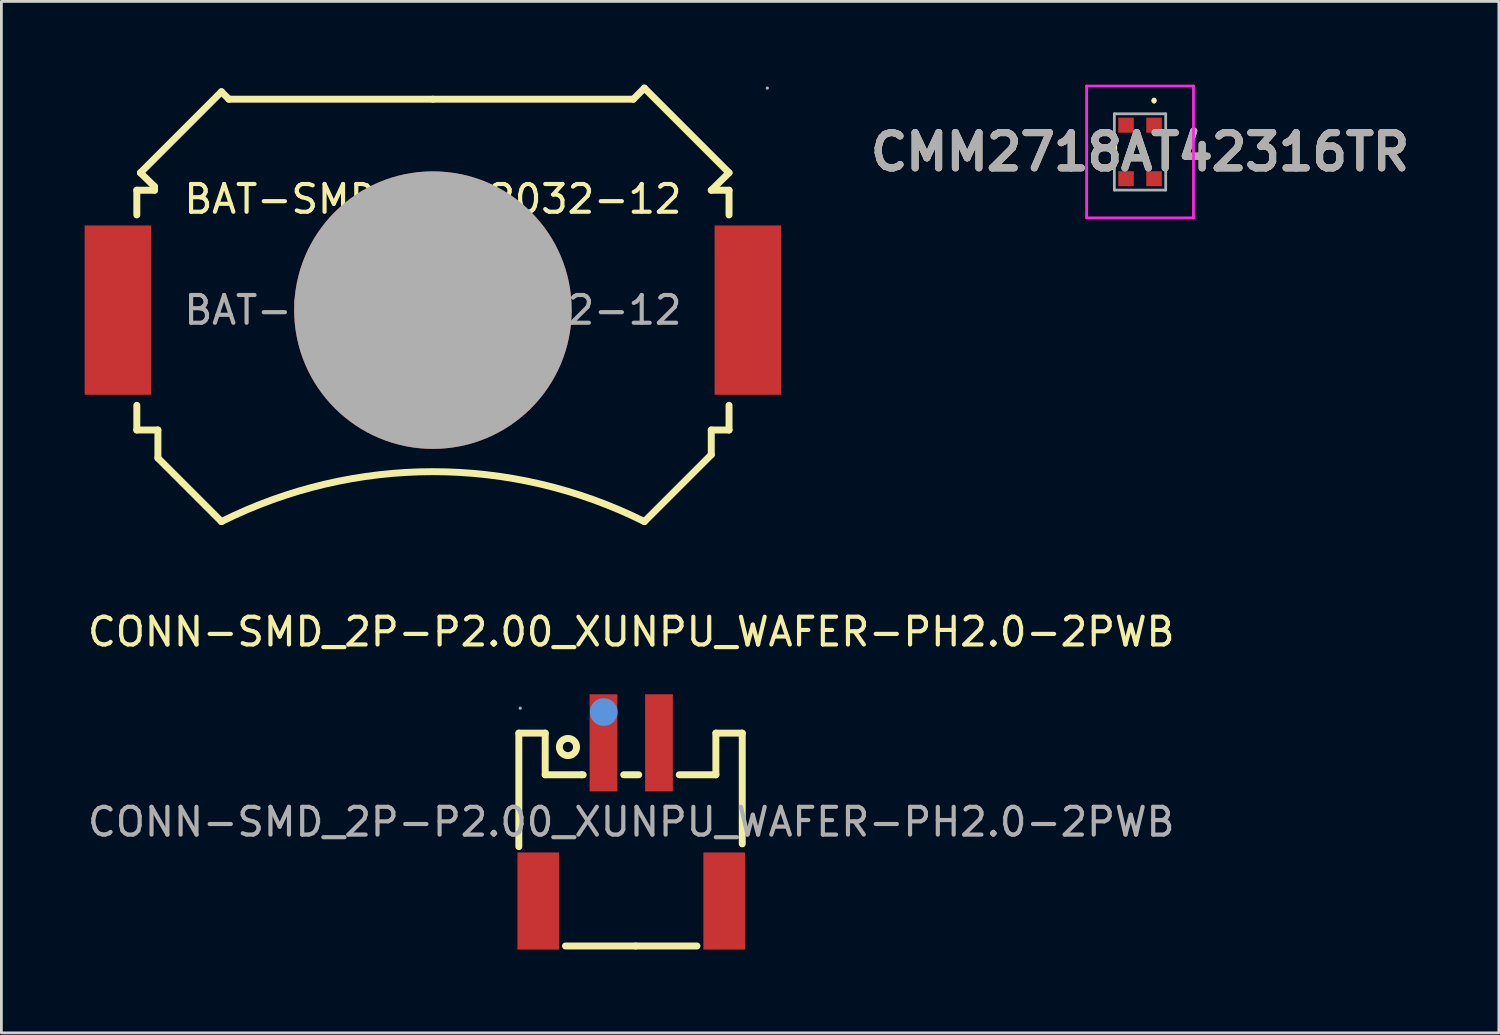
<source format=kicad_pcb>
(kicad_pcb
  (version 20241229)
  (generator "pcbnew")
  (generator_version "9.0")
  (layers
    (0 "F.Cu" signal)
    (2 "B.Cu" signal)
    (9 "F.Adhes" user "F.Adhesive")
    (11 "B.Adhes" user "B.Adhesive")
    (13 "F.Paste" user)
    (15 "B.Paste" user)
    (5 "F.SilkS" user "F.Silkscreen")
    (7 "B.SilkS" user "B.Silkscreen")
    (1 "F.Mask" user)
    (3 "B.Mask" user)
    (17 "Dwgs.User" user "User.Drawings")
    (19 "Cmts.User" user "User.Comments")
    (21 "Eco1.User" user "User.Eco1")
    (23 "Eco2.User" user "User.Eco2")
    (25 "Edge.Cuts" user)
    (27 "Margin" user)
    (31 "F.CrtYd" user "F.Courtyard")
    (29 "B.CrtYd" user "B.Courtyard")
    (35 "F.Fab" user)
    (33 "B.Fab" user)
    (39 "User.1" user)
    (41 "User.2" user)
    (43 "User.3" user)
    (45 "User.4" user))
  (footprint "CMM2718AT42316TR"
    (layer "F.Cu")
    (at 38.03 2.425)
    (property "Reference" "CMM2718AT42316TR" (at 0 0 0) (layer "F.SilkS") (effects (font (size 1.27 1.27) (thickness 0.254))))
    (attr smd)
    (fp_line (start -0.925 -0.4) (end -0.925 0.4) (stroke (width 0.2) (type solid)) (layer "F.SilkS"))
    (fp_line (start 0.505 -1.9) (end 0.505 -1.9) (stroke (width 0.1) (type solid)) (layer "F.SilkS"))
    (fp_line (start 0.505 -1.8) (end 0.505 -1.8) (stroke (width 0.1) (type solid)) (layer "F.SilkS"))
    (fp_line (start 0.925 -0.4) (end 0.925 0.4) (stroke (width 0.2) (type solid)) (layer "F.SilkS"))
    (fp_arc (start 0.505 -1.9) (mid 0.555 -1.85) (end 0.505 -1.8) (stroke (width 0.1) (type solid)) (layer "F.SilkS"))
    (fp_arc (start 0.505 -1.8) (mid 0.455 -1.85) (end 0.505 -1.9) (stroke (width 0.1) (type solid)) (layer "F.SilkS"))
    (fp_line (start -1.925 -2.375) (end 1.925 -2.375) (stroke (width 0.1) (type solid)) (layer "F.CrtYd"))
    (fp_line (start -1.925 2.375) (end -1.925 -2.375) (stroke (width 0.1) (type solid)) (layer "F.CrtYd"))
    (fp_line (start 1.925 -2.375) (end 1.925 2.375) (stroke (width 0.1) (type solid)) (layer "F.CrtYd"))
    (fp_line (start 1.925 2.375) (end -1.925 2.375) (stroke (width 0.1) (type solid)) (layer "F.CrtYd"))
    (fp_line (start -0.925 -1.375) (end 0.925 -1.375) (stroke (width 0.1) (type solid)) (layer "F.Fab"))
    (fp_line (start -0.925 1.375) (end -0.925 -1.375) (stroke (width 0.1) (type solid)) (layer "F.Fab"))
    (fp_line (start 0.925 -1.375) (end 0.925 1.375) (stroke (width 0.1) (type solid)) (layer "F.Fab"))
    (fp_line (start 0.925 1.375) (end -0.925 1.375) (stroke (width 0.1) (type solid)) (layer "F.Fab"))
    (fp_text user "${REFERENCE}" (at 0 0 0) (layer "F.Fab") (effects (font (size 1.27 1.27) (thickness 0.254))))
    (pad "1" smd rect (at 0.505 -0.965 90) (size 0.54 0.56) (layers "F.Cu" "F.Mask" "F.Paste"))
    (pad "2" smd rect (at 0.505 0.965 90) (size 0.54 0.56) (layers "F.Cu" "F.Mask" "F.Paste"))
    (pad "3" smd rect (at -0.505 0.965 90) (size 0.54 0.56) (layers "F.Cu" "F.Mask" "F.Paste"))
    (pad "4" smd rect (at -0.505 -0.965 90) (size 0.54 0.56) (layers "F.Cu" "F.Mask" "F.Paste")))
  (footprint "BAT-SMD_MY-2032-12"
    (layer "F.Cu")
    (at 12.55 8.125)
    (property "Reference" "BAT-SMD_MY-2032-12" (at 0 -4 0) (layer "F.SilkS") (effects (font (size 1 1) (thickness 0.15))))
    (attr smd)
    (fp_line (start -10.67 -4.32) (end -10.03 -4.32) (stroke (width 0.25) (type solid)) (layer "F.SilkS"))
    (fp_line (start -10.67 -3.43) (end -10.67 -4.32) (stroke (width 0.25) (type solid)) (layer "F.SilkS"))
    (fp_line (start -10.67 3.43) (end -10.67 4.32) (stroke (width 0.25) (type solid)) (layer "F.SilkS"))
    (fp_line (start -10.67 4.32) (end -9.91 4.32) (stroke (width 0.25) (type solid)) (layer "F.SilkS"))
    (fp_line (start -10.54 -4.95) (end -7.62 -7.87) (stroke (width 0.25) (type solid)) (layer "F.SilkS"))
    (fp_line (start -10.03 -4.45) (end -10.54 -4.95) (stroke (width 0.25) (type solid)) (layer "F.SilkS"))
    (fp_line (start -10.03 -4.32) (end -10.03 -4.45) (stroke (width 0.25) (type solid)) (layer "F.SilkS"))
    (fp_line (start -9.91 4.32) (end -9.91 5.33) (stroke (width 0.25) (type solid)) (layer "F.SilkS"))
    (fp_line (start -9.91 5.33) (end -7.62 7.62) (stroke (width 0.25) (type solid)) (layer "F.SilkS"))
    (fp_line (start -7.35 -7.6) (end -7.62 -7.87) (stroke (width 0.25) (type solid)) (layer "F.SilkS"))
    (fp_line (start 0 -7.6) (end -7.35 -7.6) (stroke (width 0.25) (type solid)) (layer "F.SilkS"))
    (fp_line (start 0 -7.6) (end 7.22 -7.6) (stroke (width 0.25) (type solid)) (layer "F.SilkS"))
    (fp_line (start 7.22 -7.6) (end 7.62 -8) (stroke (width 0.25) (type solid)) (layer "F.SilkS"))
    (fp_line (start 10.03 -4.32) (end 10.67 -4.95) (stroke (width 0.25) (type solid)) (layer "F.SilkS"))
    (fp_line (start 10.03 4.32) (end 10.03 5.21) (stroke (width 0.25) (type solid)) (layer "F.SilkS"))
    (fp_line (start 10.03 5.21) (end 7.62 7.62) (stroke (width 0.25) (type solid)) (layer "F.SilkS"))
    (fp_line (start 10.67 -4.95) (end 7.62 -8) (stroke (width 0.25) (type solid)) (layer "F.SilkS"))
    (fp_line (start 10.67 -4.32) (end 10.03 -4.32) (stroke (width 0.25) (type solid)) (layer "F.SilkS"))
    (fp_line (start 10.67 -3.43) (end 10.67 -4.32) (stroke (width 0.25) (type solid)) (layer "F.SilkS"))
    (fp_line (start 10.67 3.43) (end 10.67 4.32) (stroke (width 0.25) (type solid)) (layer "F.SilkS"))
    (fp_line (start 10.67 4.32) (end 10.03 4.32) (stroke (width 0.25) (type solid)) (layer "F.SilkS"))
    (fp_arc (start -7.62 7.62) (mid -0.000015 5.821162) (end 7.619973 7.619986) (stroke (width 0.25) (type solid)) (layer "F.SilkS"))
    (fp_circle (center 0 0) (end 2.5 0) (stroke (width 5) (type solid)) (fill no) (layer "F.Fab"))
    (fp_circle (center 12.05 -8) (end 12.08 -8) (stroke (width 0.06) (type solid)) (fill no) (layer "F.Fab"))
    (fp_text user "${REFERENCE}" (at 0 0 0) (layer "F.Fab") (effects (font (size 1 1) (thickness 0.15))))
    (pad "1" smd rect (at -11.35 0) (size 2.4 6.1) (layers "F.Cu" "F.Mask" "F.Paste"))
    (pad "1" smd rect (at 11.35 0) (size 2.4 6.1) (layers "F.Cu" "F.Mask" "F.Paste"))
    (pad "2" smd circle (at 0 0) (size 10 10) (layers "F.Cu" "F.Mask" "F.Paste")))
  (footprint "CONN-SMD_2P-P2.00_XUNPU_WAFER-PH2.0-2PWB"
    (layer "F.Cu")
    (at 19.696 26.568)
    (property "Reference" "CONN-SMD_2P-P2.00_XUNPU_WAFER-PH2.0-2PWB" (at 0 -6.85 0) (layer "F.SilkS") (effects (font (size 1 1) (thickness 0.15))))
    (attr smd)
    (fp_line (start -4.05 -3.2) (end -3.1 -3.2) (stroke (width 0.25) (type solid)) (layer "F.SilkS"))
    (fp_line (start -4.05 0.89) (end -4.05 -3.2) (stroke (width 0.25) (type solid)) (layer "F.SilkS"))
    (fp_line (start -3.1 -3.2) (end -3.1 -1.7) (stroke (width 0.25) (type solid)) (layer "F.SilkS"))
    (fp_line (start -3.1 -1.7) (end -1.78 -1.7) (stroke (width 0.25) (type solid)) (layer "F.SilkS"))
    (fp_line (start -1.78 -1.7) (end -1.73 -1.7) (stroke (width 0.25) (type solid)) (layer "F.SilkS"))
    (fp_line (start -0.27 -1.7) (end 0.27 -1.7) (stroke (width 0.25) (type solid)) (layer "F.SilkS"))
    (fp_line (start 0.16 4.47) (end -2.37 4.47) (stroke (width 0.25) (type solid)) (layer "F.SilkS"))
    (fp_line (start 0.16 4.47) (end 2.37 4.47) (stroke (width 0.25) (type solid)) (layer "F.SilkS"))
    (fp_line (start 3.05 -3.2) (end 3.05 -1.7) (stroke (width 0.25) (type solid)) (layer "F.SilkS"))
    (fp_line (start 3.05 -1.7) (end 1.73 -1.7) (stroke (width 0.25) (type solid)) (layer "F.SilkS"))
    (fp_line (start 4 -3.2) (end 3.05 -3.2) (stroke (width 0.25) (type solid)) (layer "F.SilkS"))
    (fp_line (start 4 -3.2) (end 4 0.79) (stroke (width 0.25) (type solid)) (layer "F.SilkS"))
    (fp_circle (center -2.28 -2.7) (end -1.97 -2.7) (stroke (width 0.25) (type solid)) (fill no) (layer "F.SilkS"))
    (fp_circle (center -0.99 -3.96) (end -0.74 -3.96) (stroke (width 0.5) (type solid)) (fill no) (layer "Cmts.User"))
    (fp_circle (center -4 -4.1) (end -3.97 -4.1) (stroke (width 0.06) (type solid)) (fill no) (layer "F.Fab"))
    (fp_text user "${REFERENCE}" (at 0 0 0) (layer "F.Fab") (effects (font (size 1 1) (thickness 0.15))))
    (pad "1" smd rect (at -1 -2.85) (size 1 3.5) (layers "F.Cu" "F.Mask" "F.Paste"))
    (pad "2" smd rect (at 1 -2.85) (size 1 3.5) (layers "F.Cu" "F.Mask" "F.Paste"))
    (pad "3" smd rect (at -3.35 2.85) (size 1.5 3.5) (layers "F.Cu" "F.Mask" "F.Paste"))
    (pad "4" smd rect (at 3.35 2.85) (size 1.5 3.5) (layers "F.Cu" "F.Mask" "F.Paste")))
  (gr_rect
    (start -3 -3)
    (end 50.96 34.168)
    (stroke (width 0.1) (type default))
    (fill no)
    (layer "Edge.Cuts")))
</source>
